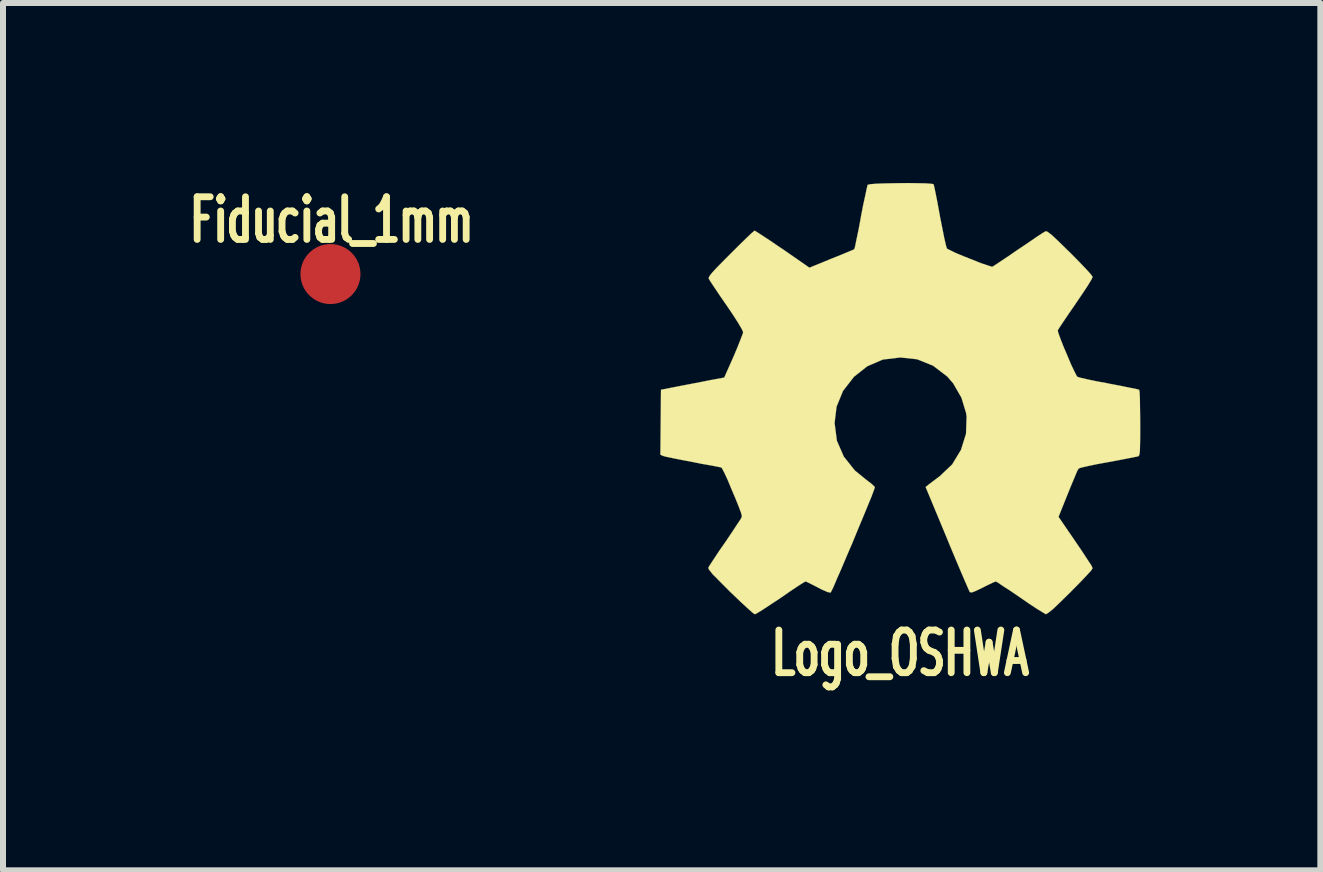
<source format=kicad_pcb>
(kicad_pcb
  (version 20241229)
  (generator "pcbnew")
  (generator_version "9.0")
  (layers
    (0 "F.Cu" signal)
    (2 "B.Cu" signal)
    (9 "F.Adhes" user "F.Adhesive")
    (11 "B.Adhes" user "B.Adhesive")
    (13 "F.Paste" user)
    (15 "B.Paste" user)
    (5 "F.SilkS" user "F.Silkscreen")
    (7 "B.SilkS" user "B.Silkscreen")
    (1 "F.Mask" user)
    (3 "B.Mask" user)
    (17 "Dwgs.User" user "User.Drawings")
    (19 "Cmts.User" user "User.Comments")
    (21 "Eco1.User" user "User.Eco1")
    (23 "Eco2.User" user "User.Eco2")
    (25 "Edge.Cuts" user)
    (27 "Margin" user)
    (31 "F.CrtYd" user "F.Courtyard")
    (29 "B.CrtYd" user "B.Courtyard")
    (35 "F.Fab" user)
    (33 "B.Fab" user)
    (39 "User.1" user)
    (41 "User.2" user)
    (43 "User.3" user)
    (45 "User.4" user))
  (footprint "Fiducial_1mm"
    (layer "F.Cu")
    (at 2.457 1.517)
    (property "Reference" "Fiducial_1mm" (at 0.02 -0.9 0) (layer "F.SilkS") (effects (font (size 0.711 0.457) (thickness 0.114))))
    (attr through_hole)
    (pad "1" smd circle (at 0 0) (size 1 1) (layers "F.Cu" "F.Mask")))
  (footprint "Logo_OSHWA"
    (layer "F.Cu")
    (at 11.953 3.595)
    (property "Reference" "Logo_OSHWA" (at 0 4.242 0) (layer "F.SilkS") (effects (font (size 0.711 0.457) (thickness 0.114))))
    (attr through_hole)
    (fp_poly (pts (xy -2.423 3.592) (xy -2.383 3.571) (xy -2.289 3.513) (xy -2.154 3.424) (xy -1.996 3.32) (xy -1.839 3.211) (xy -1.709 3.124) (xy -1.618 3.066) (xy -1.58 3.045) (xy -1.56 3.051) (xy -1.483 3.089) (xy -1.374 3.145) (xy -1.311 3.178) (xy -1.212 3.221) (xy -1.161 3.231) (xy -1.153 3.216) (xy -1.115 3.139) (xy -1.059 3.007) (xy -0.983 2.835) (xy -0.897 2.631) (xy -0.803 2.413) (xy -0.711 2.189) (xy -0.622 1.976) (xy -0.544 1.786) (xy -0.48 1.631) (xy -0.439 1.521) (xy -0.424 1.476) (xy -0.429 1.466) (xy -0.48 1.417) (xy -0.566 1.351) (xy -0.757 1.196) (xy -0.942 0.963) (xy -1.057 0.699) (xy -1.095 0.404) (xy -1.062 0.132) (xy -0.955 -0.13) (xy -0.772 -0.366) (xy -0.551 -0.541) (xy -0.292 -0.653) (xy 0 -0.688) (xy 0.279 -0.658) (xy 0.546 -0.551) (xy 0.782 -0.371) (xy 0.881 -0.257) (xy 1.019 -0.018) (xy 1.097 0.239) (xy 1.105 0.302) (xy 1.095 0.584) (xy 1.011 0.853) (xy 0.864 1.095) (xy 0.658 1.29) (xy 0.63 1.311) (xy 0.536 1.382) (xy 0.472 1.43) (xy 0.422 1.471) (xy 0.78 2.332) (xy 0.836 2.469) (xy 0.935 2.705) (xy 1.021 2.908) (xy 1.09 3.068) (xy 1.138 3.178) (xy 1.158 3.221) (xy 1.161 3.223) (xy 1.191 3.228) (xy 1.257 3.203) (xy 1.377 3.145) (xy 1.458 3.104) (xy 1.549 3.061) (xy 1.59 3.045) (xy 1.626 3.063) (xy 1.712 3.122) (xy 1.841 3.205) (xy 1.994 3.31) (xy 2.141 3.411) (xy 2.276 3.5) (xy 2.375 3.561) (xy 2.423 3.589) (xy 2.431 3.589) (xy 2.471 3.564) (xy 2.55 3.5) (xy 2.667 3.388) (xy 2.832 3.226) (xy 2.857 3.2) (xy 2.995 3.061) (xy 3.106 2.944) (xy 3.18 2.863) (xy 3.205 2.824) (xy 3.183 2.776) (xy 3.119 2.68) (xy 3.03 2.543) (xy 2.921 2.383) (xy 2.637 1.968) (xy 2.794 1.577) (xy 2.842 1.458) (xy 2.903 1.313) (xy 2.946 1.209) (xy 2.972 1.163) (xy 3.012 1.148) (xy 3.122 1.123) (xy 3.277 1.09) (xy 3.459 1.057) (xy 3.637 1.024) (xy 3.797 0.993) (xy 3.912 0.97) (xy 3.962 0.96) (xy 3.975 0.953) (xy 3.985 0.927) (xy 3.993 0.874) (xy 3.995 0.777) (xy 3.998 0.625) (xy 3.998 0.404) (xy 3.998 0.381) (xy 3.995 0.17) (xy 3.993 0.003) (xy 3.988 -0.107) (xy 3.98 -0.15) (xy 3.929 -0.163) (xy 3.818 -0.185) (xy 3.658 -0.218) (xy 3.467 -0.254) (xy 3.457 -0.257) (xy 3.266 -0.292) (xy 3.109 -0.325) (xy 2.997 -0.351) (xy 2.951 -0.366) (xy 2.941 -0.378) (xy 2.903 -0.452) (xy 2.847 -0.569) (xy 2.786 -0.714) (xy 2.723 -0.861) (xy 2.67 -0.996) (xy 2.634 -1.095) (xy 2.624 -1.14) (xy 2.652 -1.186) (xy 2.718 -1.285) (xy 2.809 -1.42) (xy 2.921 -1.582) (xy 2.929 -1.595) (xy 3.038 -1.755) (xy 3.127 -1.89) (xy 3.185 -1.986) (xy 3.205 -2.029) (xy 3.205 -2.032) (xy 3.17 -2.08) (xy 3.089 -2.169) (xy 2.972 -2.291) (xy 2.832 -2.433) (xy 2.786 -2.477) (xy 2.631 -2.629) (xy 2.525 -2.728) (xy 2.456 -2.781) (xy 2.423 -2.794) (xy 2.423 -2.791) (xy 2.375 -2.764) (xy 2.273 -2.697) (xy 2.136 -2.603) (xy 1.974 -2.494) (xy 1.963 -2.487) (xy 1.803 -2.377) (xy 1.671 -2.289) (xy 1.575 -2.225) (xy 1.534 -2.2) (xy 1.527 -2.2) (xy 1.463 -2.22) (xy 1.349 -2.258) (xy 1.209 -2.314) (xy 1.062 -2.372) (xy 0.927 -2.428) (xy 0.826 -2.477) (xy 0.777 -2.502) (xy 0.777 -2.504) (xy 0.759 -2.563) (xy 0.732 -2.682) (xy 0.699 -2.847) (xy 0.66 -3.043) (xy 0.655 -3.073) (xy 0.62 -3.264) (xy 0.589 -3.421) (xy 0.566 -3.531) (xy 0.554 -3.576) (xy 0.528 -3.581) (xy 0.434 -3.589) (xy 0.292 -3.592) (xy 0.119 -3.594) (xy -0.061 -3.592) (xy -0.236 -3.589) (xy -0.389 -3.584) (xy -0.495 -3.576) (xy -0.541 -3.566) (xy -0.544 -3.564) (xy -0.559 -3.505) (xy -0.584 -3.386) (xy -0.62 -3.221) (xy -0.658 -3.023) (xy -0.663 -2.99) (xy -0.699 -2.799) (xy -0.732 -2.644) (xy -0.754 -2.535) (xy -0.767 -2.494) (xy -0.782 -2.484) (xy -0.861 -2.451) (xy -0.988 -2.398) (xy -1.148 -2.334) (xy -1.514 -2.184) (xy -1.961 -2.494) (xy -2.004 -2.522) (xy -2.164 -2.631) (xy -2.299 -2.72) (xy -2.39 -2.779) (xy -2.428 -2.802) (xy -2.431 -2.799) (xy -2.477 -2.761) (xy -2.565 -2.677) (xy -2.687 -2.558) (xy -2.827 -2.418) (xy -2.931 -2.314) (xy -3.056 -2.187) (xy -3.134 -2.103) (xy -3.178 -2.047) (xy -3.193 -2.014) (xy -3.188 -1.994) (xy -3.16 -1.948) (xy -3.094 -1.849) (xy -3.002 -1.712) (xy -2.893 -1.554) (xy -2.802 -1.42) (xy -2.705 -1.27) (xy -2.642 -1.163) (xy -2.619 -1.11) (xy -2.624 -1.087) (xy -2.657 -1.001) (xy -2.71 -0.866) (xy -2.776 -0.709) (xy -2.934 -0.353) (xy -3.167 -0.31) (xy -3.307 -0.282) (xy -3.505 -0.244) (xy -3.693 -0.208) (xy -3.988 -0.15) (xy -3.998 0.932) (xy -3.952 0.953) (xy -3.909 0.965) (xy -3.8 0.988) (xy -3.645 1.019) (xy -3.459 1.054) (xy -3.305 1.085) (xy -3.145 1.113) (xy -3.033 1.135) (xy -2.982 1.146) (xy -2.969 1.163) (xy -2.929 1.24) (xy -2.873 1.361) (xy -2.812 1.509) (xy -2.748 1.659) (xy -2.692 1.798) (xy -2.652 1.905) (xy -2.639 1.961) (xy -2.659 2.004) (xy -2.72 2.095) (xy -2.807 2.228) (xy -2.913 2.385) (xy -3.023 2.543) (xy -3.111 2.677) (xy -3.175 2.774) (xy -3.2 2.817) (xy -3.188 2.847) (xy -3.127 2.924) (xy -3.007 3.045) (xy -2.832 3.221) (xy -2.802 3.249) (xy -2.662 3.383) (xy -2.543 3.493) (xy -2.461 3.566) (xy -2.423 3.592)) (stroke (width 0.003) (type solid)) (fill yes) (layer "F.SilkS")))
  (gr_rect
    (start -3 -3)
    (end 18.953 11.454)
    (stroke (width 0.1) (type default))
    (fill no)
    (layer "Edge.Cuts")))
</source>
